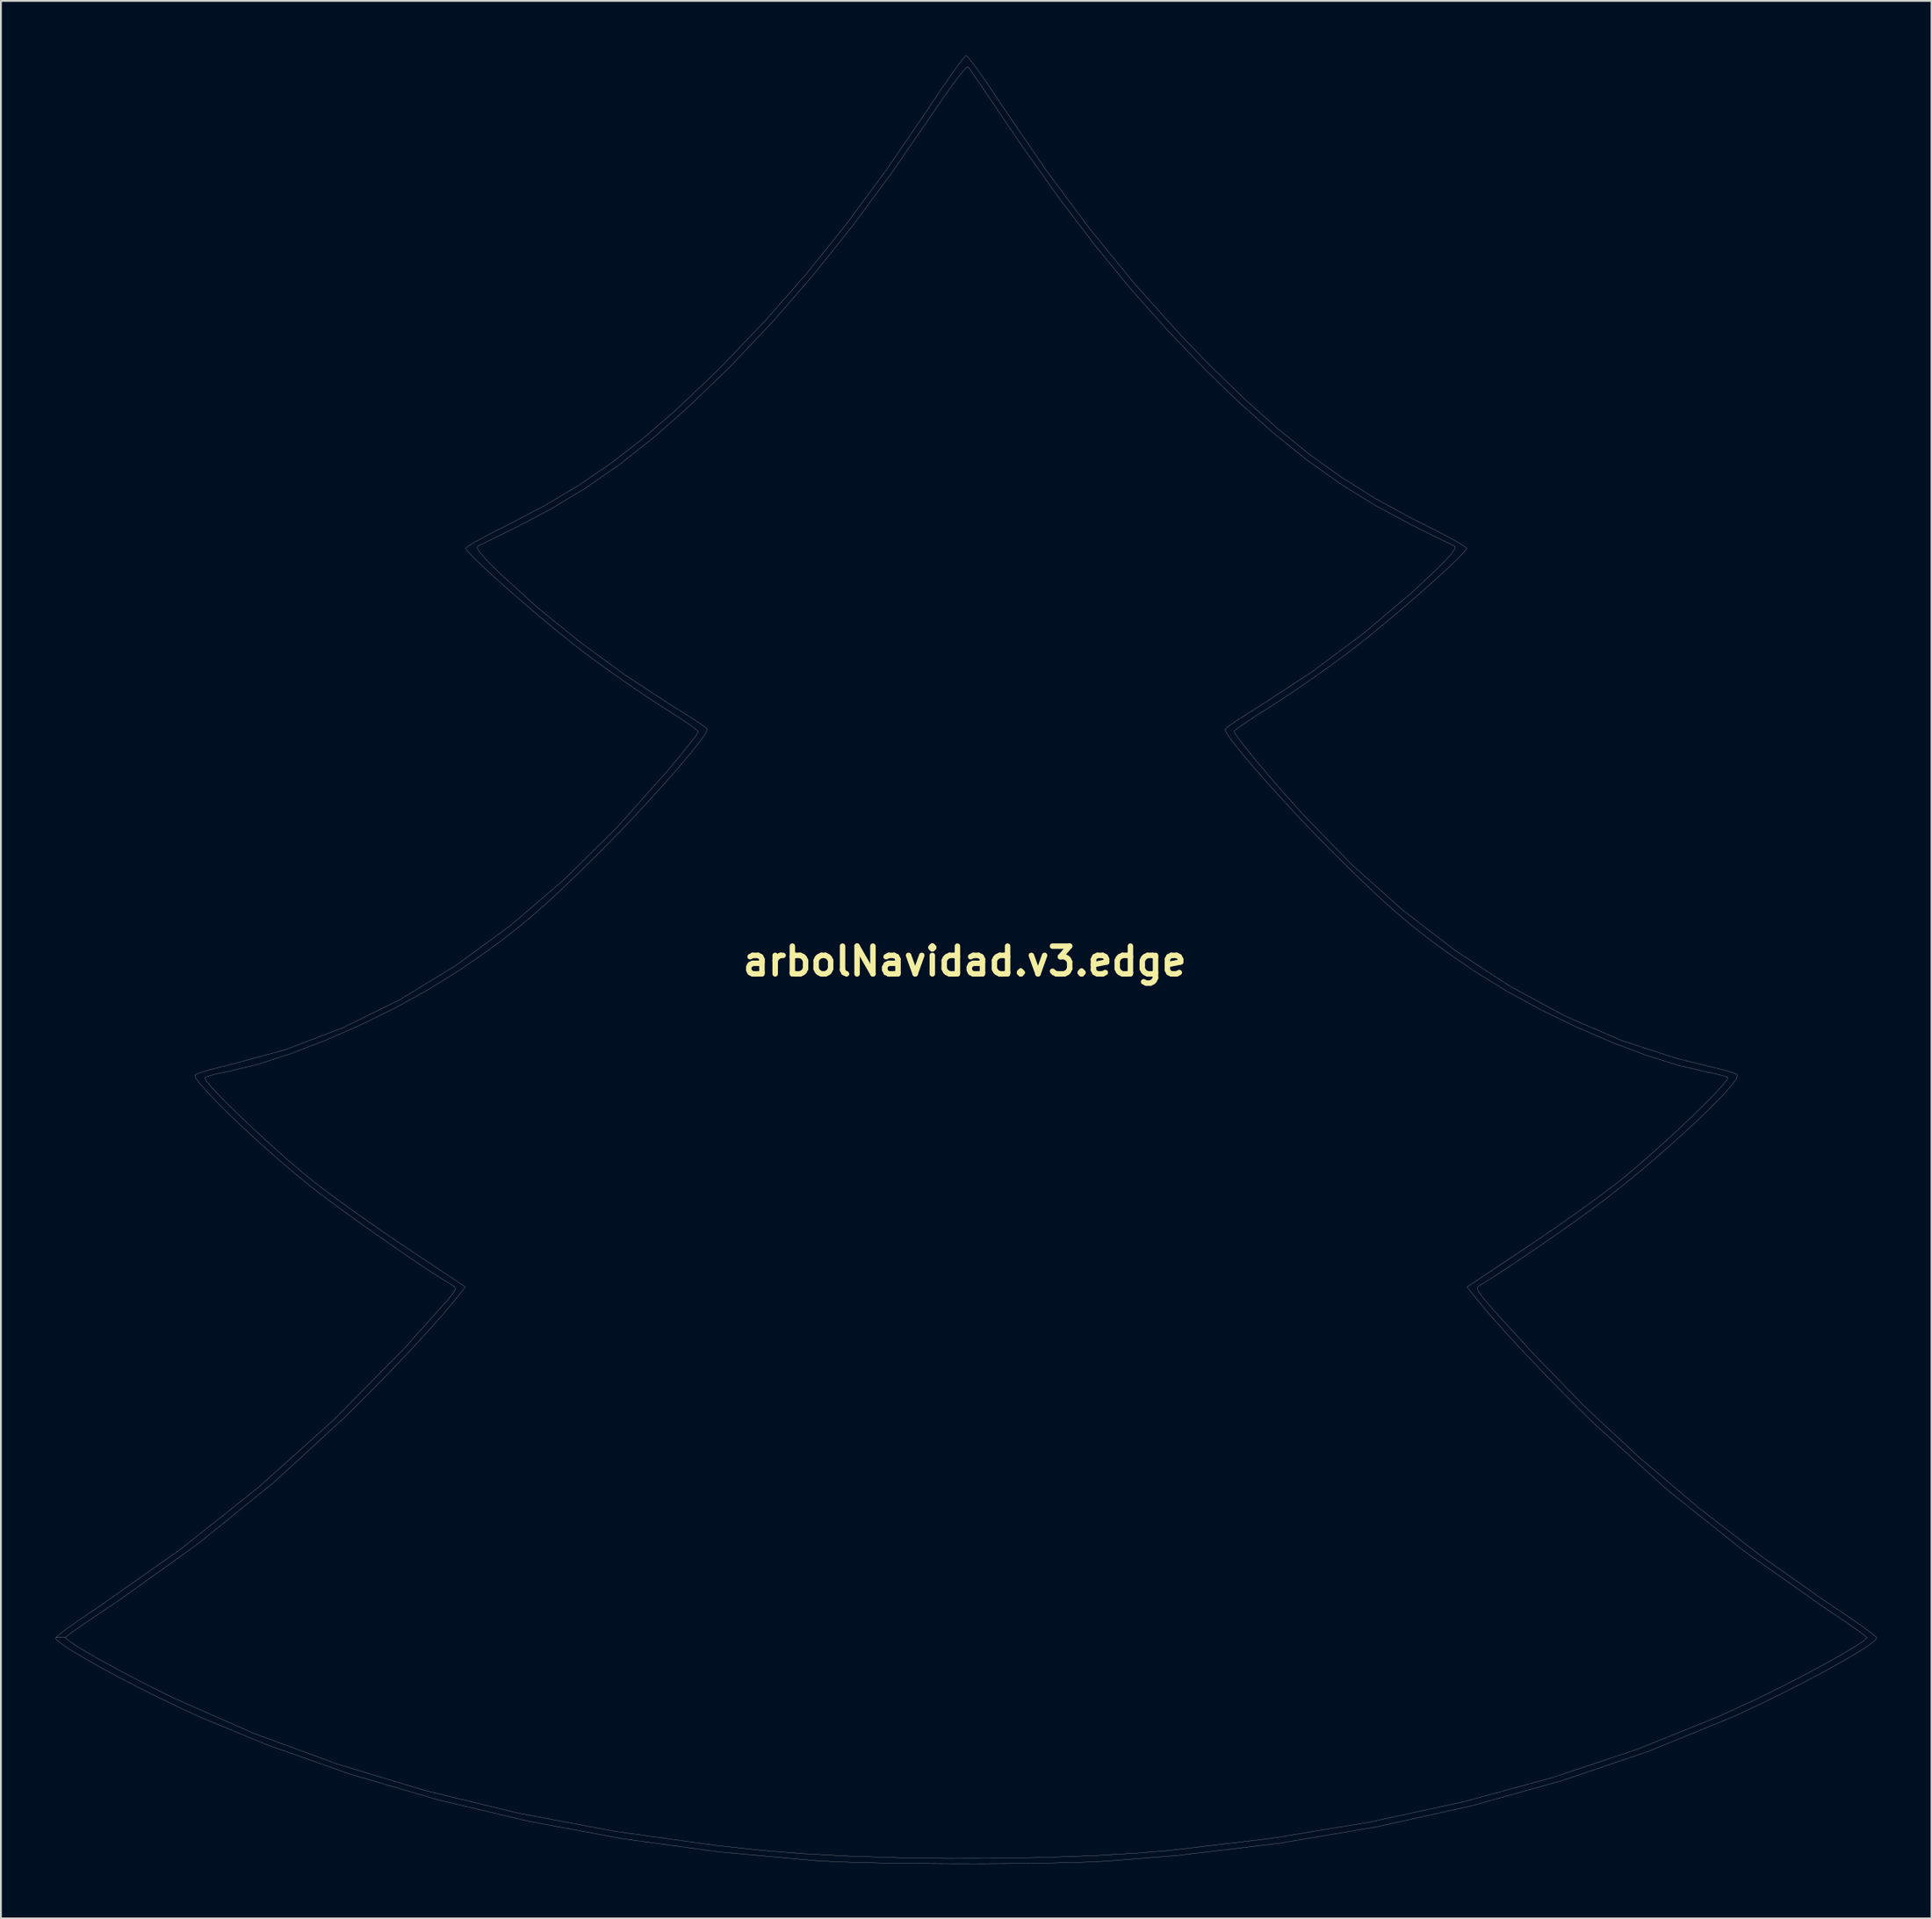
<source format=kicad_pcb>
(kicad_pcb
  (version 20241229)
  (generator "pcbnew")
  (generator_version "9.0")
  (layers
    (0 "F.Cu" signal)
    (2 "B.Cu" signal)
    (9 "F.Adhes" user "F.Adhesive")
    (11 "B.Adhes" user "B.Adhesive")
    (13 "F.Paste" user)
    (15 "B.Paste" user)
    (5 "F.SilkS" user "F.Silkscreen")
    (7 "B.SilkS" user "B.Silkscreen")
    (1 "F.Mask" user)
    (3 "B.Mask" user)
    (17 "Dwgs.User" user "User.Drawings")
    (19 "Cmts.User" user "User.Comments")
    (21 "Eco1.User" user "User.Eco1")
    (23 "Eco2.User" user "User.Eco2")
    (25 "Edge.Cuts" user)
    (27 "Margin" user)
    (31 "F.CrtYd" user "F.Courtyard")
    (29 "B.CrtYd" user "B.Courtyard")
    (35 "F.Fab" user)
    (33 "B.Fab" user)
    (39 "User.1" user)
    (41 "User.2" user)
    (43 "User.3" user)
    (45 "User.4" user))
  (footprint "arbolNavidad.v3.edge"
    (layer "F.Cu")
    (at 49.964 49.782)
    (property "Reference" "arbolNavidad.v3.edge" (at 0 0 0) (layer "F.SilkS") (effects (font (size 1.524 1.524) (thickness 0.3))))
    (attr through_hole)
    (fp_poly (pts (xy 0.224 -49.643) (xy 0.515 -49.269) (xy 0.926 -48.697) (xy 1.426 -47.972) (xy 1.984 -47.137) (xy 2.046 -47.041) (xy 4.464 -43.498) (xy 6.888 -40.238) (xy 9.358 -37.21) (xy 11.915 -34.365) (xy 13.449 -32.784) (xy 15.382 -30.906) (xy 17.2 -29.276) (xy 18.958 -27.853) (xy 20.712 -26.597) (xy 22.517 -25.464) (xy 24.428 -24.415) (xy 25.19 -24.032) (xy 26.004 -23.622) (xy 26.7 -23.255) (xy 27.226 -22.959) (xy 27.531 -22.762) (xy 27.587 -22.702) (xy 27.463 -22.514) (xy 27.116 -22.148) (xy 26.585 -21.637) (xy 25.909 -21.017) (xy 25.125 -20.32) (xy 24.274 -19.581) (xy 23.393 -18.834) (xy 22.521 -18.112) (xy 21.697 -17.449) (xy 20.981 -16.897) (xy 20.027 -16.197) (xy 18.98 -15.455) (xy 17.946 -14.745) (xy 17.03 -14.14) (xy 16.734 -13.952) (xy 16.027 -13.504) (xy 15.436 -13.114) (xy 15.014 -12.82) (xy 14.813 -12.656) (xy 14.804 -12.639) (xy 14.912 -12.436) (xy 15.216 -12.021) (xy 15.683 -11.433) (xy 16.283 -10.71) (xy 16.983 -9.889) (xy 17.753 -9.009) (xy 18.561 -8.107) (xy 18.591 -8.074) (xy 21.283 -5.306) (xy 24.085 -2.804) (xy 26.98 -0.578) (xy 29.951 1.361) (xy 32.981 3.001) (xy 36.052 4.332) (xy 39.146 5.343) (xy 40.746 5.736) (xy 41.441 5.9) (xy 42.014 6.058) (xy 42.382 6.187) (xy 42.466 6.235) (xy 42.43 6.425) (xy 42.164 6.797) (xy 41.698 7.324) (xy 41.063 7.976) (xy 40.291 8.724) (xy 39.412 9.54) (xy 38.457 10.393) (xy 37.457 11.255) (xy 36.442 12.097) (xy 35.444 12.89) (xy 35.156 13.112) (xy 34.48 13.614) (xy 33.643 14.216) (xy 32.704 14.878) (xy 31.72 15.561) (xy 30.749 16.223) (xy 29.85 16.826) (xy 29.081 17.33) (xy 28.499 17.695) (xy 28.31 17.805) (xy 28.218 17.863) (xy 28.17 17.935) (xy 28.187 18.048) (xy 28.292 18.232) (xy 28.507 18.514) (xy 28.854 18.923) (xy 29.354 19.485) (xy 30.03 20.229) (xy 30.903 21.184) (xy 31.265 21.58) (xy 34.026 24.428) (xy 37.065 27.258) (xy 40.324 30.022) (xy 43.747 32.671) (xy 47.277 35.157) (xy 47.898 35.57) (xy 48.656 36.078) (xy 49.304 36.529) (xy 49.793 36.889) (xy 50.076 37.122) (xy 50.127 37.188) (xy 49.981 37.368) (xy 49.571 37.669) (xy 48.934 38.07) (xy 48.112 38.548) (xy 47.143 39.082) (xy 46.068 39.65) (xy 44.925 40.232) (xy 43.755 40.804) (xy 42.597 41.346) (xy 42.13 41.557) (xy 37.591 43.41) (xy 32.818 45.031) (xy 27.827 46.418) (xy 22.631 47.568) (xy 17.245 48.476) (xy 11.683 49.14) (xy 7.825 49.449) (xy 6.811 49.499) (xy 5.523 49.538) (xy 4.023 49.567) (xy 2.373 49.586) (xy 0.635 49.594) (xy -1.129 49.591) (xy -2.858 49.579) (xy -4.49 49.556) (xy -5.963 49.522) (xy -7.215 49.479) (xy -8.074 49.433) (xy -13.487 48.947) (xy -18.787 48.222) (xy -23.947 47.265) (xy -28.94 46.083) (xy -33.74 44.681) (xy -38.321 43.066) (xy -41.962 41.557) (xy -43.103 41.034) (xy -44.273 40.471) (xy -45.432 39.891) (xy -46.54 39.315) (xy -47.558 38.764) (xy -48.445 38.26) (xy -49.164 37.825) (xy -49.673 37.48) (xy -49.933 37.247) (xy -49.959 37.188) (xy -49.933 37.161) (xy -49.416 37.161) (xy -49.297 37.297) (xy -48.919 37.558) (xy -48.325 37.921) (xy -47.557 38.362) (xy -46.657 38.856) (xy -45.668 39.381) (xy -44.633 39.912) (xy -43.594 40.426) (xy -43.399 40.521) (xy -39.066 42.429) (xy -34.484 44.113) (xy -29.655 45.57) (xy -24.581 46.802) (xy -19.264 47.807) (xy -13.704 48.585) (xy -11.018 48.871) (xy -8.83 49.045) (xy -6.384 49.174) (xy -3.756 49.258) (xy -1.022 49.298) (xy 1.743 49.293) (xy 4.464 49.244) (xy 7.064 49.15) (xy 9.469 49.012) (xy 11.186 48.87) (xy 16.815 48.205) (xy 22.214 47.314) (xy 27.378 46.198) (xy 32.302 44.858) (xy 36.983 43.294) (xy 41.417 41.509) (xy 43.567 40.521) (xy 44.602 40.013) (xy 45.641 39.483) (xy 46.641 38.955) (xy 47.561 38.453) (xy 48.358 38) (xy 48.989 37.621) (xy 49.412 37.338) (xy 49.584 37.176) (xy 49.584 37.161) (xy 49.435 37.032) (xy 49.053 36.753) (xy 48.485 36.357) (xy 47.78 35.879) (xy 47.268 35.537) (xy 42.817 32.401) (xy 38.633 29.062) (xy 34.71 25.517) (xy 34.25 25.071) (xy 33.045 23.876) (xy 31.857 22.665) (xy 30.731 21.484) (xy 29.713 20.383) (xy 28.847 19.41) (xy 28.179 18.613) (xy 28.137 18.561) (xy 27.609 17.895) (xy 30.92 15.688) (xy 31.998 14.958) (xy 33.108 14.186) (xy 34.177 13.424) (xy 35.131 12.726) (xy 35.896 12.143) (xy 36.06 12.012) (xy 36.784 11.414) (xy 37.574 10.73) (xy 38.395 9.996) (xy 39.209 9.246) (xy 39.98 8.516) (xy 40.671 7.84) (xy 41.247 7.254) (xy 41.67 6.793) (xy 41.905 6.49) (xy 41.934 6.388) (xy 41.71 6.298) (xy 41.256 6.18) (xy 40.707 6.067) (xy 39.135 5.694) (xy 37.374 5.136) (xy 35.491 4.422) (xy 33.555 3.583) (xy 31.634 2.647) (xy 29.798 1.644) (xy 28.114 0.606) (xy 28.007 0.535) (xy 26.778 -0.304) (xy 25.677 -1.101) (xy 24.644 -1.905) (xy 23.622 -2.767) (xy 22.552 -3.736) (xy 21.374 -4.861) (xy 20.094 -6.128) (xy 19.196 -7.043) (xy 18.291 -7.994) (xy 17.41 -8.946) (xy 16.582 -9.865) (xy 15.838 -10.715) (xy 15.208 -11.463) (xy 14.723 -12.074) (xy 14.412 -12.514) (xy 14.305 -12.747) (xy 14.305 -12.748) (xy 14.443 -12.876) (xy 14.815 -13.139) (xy 15.367 -13.5) (xy 16.041 -13.92) (xy 16.109 -13.962) (xy 19.034 -15.875) (xy 21.881 -17.995) (xy 24.544 -20.242) (xy 25.736 -21.351) (xy 26.373 -21.981) (xy 26.771 -22.421) (xy 26.949 -22.693) (xy 26.927 -22.823) (xy 26.914 -22.829) (xy 26.677 -22.939) (xy 26.202 -23.169) (xy 25.552 -23.489) (xy 24.79 -23.868) (xy 24.559 -23.984) (xy 22.554 -25.06) (xy 20.643 -26.245) (xy 18.774 -27.576) (xy 16.895 -29.094) (xy 14.954 -30.837) (xy 13.282 -32.46) (xy 11.191 -34.629) (xy 9.183 -36.885) (xy 7.216 -39.278) (xy 5.248 -41.86) (xy 3.239 -44.681) (xy 2.109 -46.342) (xy 1.541 -47.187) (xy 1.033 -47.937) (xy 0.616 -48.548) (xy 0.321 -48.972) (xy 0.179 -49.166) (xy 0.176 -49.17) (xy 0.048 -49.079) (xy -0.233 -48.746) (xy -0.637 -48.212) (xy -1.135 -47.515) (xy -1.696 -46.696) (xy -1.785 -46.563) (xy -4.002 -43.345) (xy -6.174 -40.405) (xy -8.338 -37.697) (xy -10.532 -35.172) (xy -12.794 -32.783) (xy -13.116 -32.46) (xy -15.149 -30.5) (xy -17.078 -28.797) (xy -18.954 -27.314) (xy -20.832 -26.01) (xy -22.762 -24.846) (xy -24.391 -23.984) (xy -25.174 -23.594) (xy -25.862 -23.254) (xy -26.394 -22.995) (xy -26.706 -22.848) (xy -26.746 -22.831) (xy -26.789 -22.714) (xy -26.634 -22.457) (xy -26.26 -22.034) (xy -25.649 -21.421) (xy -25.61 -21.383) (xy -23.5 -19.463) (xy -21.156 -17.558) (xy -18.675 -15.743) (xy -16.154 -14.092) (xy -15.94 -13.962) (xy -15.257 -13.537) (xy -14.692 -13.169) (xy -14.301 -12.895) (xy -14.138 -12.753) (xy -14.137 -12.748) (xy -14.242 -12.515) (xy -14.553 -12.077) (xy -15.038 -11.466) (xy -15.667 -10.719) (xy -16.41 -9.868) (xy -17.238 -8.95) (xy -18.119 -7.998) (xy -19.024 -7.047) (xy -19.922 -6.132) (xy -19.926 -6.128) (xy -21.261 -4.808) (xy -22.432 -3.691) (xy -23.499 -2.728) (xy -24.521 -1.869) (xy -25.555 -1.066) (xy -26.661 -0.268) (xy -27.839 0.535) (xy -29.51 1.575) (xy -31.338 2.58) (xy -33.255 3.522) (xy -35.192 4.369) (xy -37.081 5.092) (xy -38.853 5.662) (xy -40.44 6.048) (xy -40.539 6.067) (xy -41.118 6.187) (xy -41.562 6.305) (xy -41.765 6.388) (xy -41.702 6.543) (xy -41.421 6.885) (xy -40.959 7.378) (xy -40.354 7.988) (xy -39.641 8.679) (xy -38.857 9.416) (xy -38.039 10.166) (xy -37.222 10.891) (xy -36.444 11.559) (xy -35.892 12.012) (xy -35.191 12.555) (xy -34.28 13.227) (xy -33.235 13.977) (xy -32.129 14.752) (xy -31.035 15.498) (xy -30.752 15.688) (xy -27.441 17.895) (xy -27.969 18.561) (xy -28.619 19.342) (xy -29.471 20.303) (xy -30.48 21.396) (xy -31.599 22.572) (xy -32.784 23.783) (xy -33.989 24.98) (xy -34.082 25.071) (xy -37.974 28.642) (xy -42.126 32.005) (xy -46.543 35.166) (xy -47.099 35.537) (xy -47.868 36.051) (xy -48.53 36.504) (xy -49.04 36.864) (xy -49.347 37.095) (xy -49.416 37.161) (xy -49.933 37.161) (xy -49.825 37.049) (xy -49.457 36.763) (xy -48.901 36.363) (xy -48.205 35.886) (xy -47.73 35.57) (xy -43.152 32.357) (xy -38.794 28.894) (xy -34.665 25.19) (xy -30.777 21.254) (xy -28.415 18.612) (xy -28.096 18.226) (xy -27.979 18.008) (xy -28.041 17.874) (xy -28.185 17.782) (xy -28.731 17.452) (xy -29.49 16.961) (xy -30.406 16.347) (xy -31.423 15.649) (xy -32.485 14.907) (xy -33.536 14.16) (xy -34.518 13.447) (xy -35.377 12.807) (xy -36.016 12.312) (xy -36.894 11.592) (xy -37.805 10.811) (xy -38.715 10.002) (xy -39.591 9.196) (xy -40.4 8.426) (xy -41.108 7.724) (xy -41.682 7.122) (xy -42.089 6.652) (xy -42.296 6.346) (xy -42.305 6.249) (xy -42.075 6.139) (xy -41.598 5.989) (xy -40.956 5.822) (xy -40.578 5.736) (xy -37.354 4.862) (xy -34.182 3.656) (xy -31.063 2.118) (xy -27.996 0.248) (xy -24.982 -1.953) (xy -22.022 -4.486) (xy -19.116 -7.35) (xy -16.263 -10.545) (xy -16.094 -10.747) (xy -15.559 -11.397) (xy -15.112 -11.956) (xy -14.793 -12.375) (xy -14.641 -12.6) (xy -14.634 -12.621) (xy -14.769 -12.751) (xy -15.139 -13.021) (xy -15.691 -13.393) (xy -16.373 -13.832) (xy -16.566 -13.952) (xy -17.408 -14.498) (xy -18.409 -15.176) (xy -19.464 -15.914) (xy -20.466 -16.639) (xy -20.813 -16.897) (xy -21.555 -17.47) (xy -22.381 -18.135) (xy -23.254 -18.858) (xy -24.135 -19.606) (xy -24.985 -20.344) (xy -25.765 -21.039) (xy -26.437 -21.657) (xy -26.962 -22.163) (xy -27.302 -22.523) (xy -27.419 -22.702) (xy -27.275 -22.823) (xy -26.88 -23.061) (xy -26.283 -23.388) (xy -25.536 -23.775) (xy -25.022 -24.032) (xy -23.056 -25.06) (xy -21.217 -26.156) (xy -19.45 -27.361) (xy -17.7 -28.716) (xy -15.911 -30.263) (xy -14.028 -32.042) (xy -13.28 -32.784) (xy -10.918 -35.255) (xy -8.664 -37.827) (xy -6.474 -40.555) (xy -4.303 -43.495) (xy -2.108 -46.703) (xy -1.932 -46.97) (xy -1.36 -47.826) (xy -0.844 -48.577) (xy -0.412 -49.18) (xy -0.097 -49.592) (xy 0.072 -49.773) (xy 0.084 -49.777) (xy 0.224 -49.643)) (stroke (width 0.01) (type solid)) (fill no) (layer "Edge.Cuts")))
  (gr_rect
    (start -3 -3)
    (end 103.096 102.381)
    (stroke (width 0.1) (type default))
    (fill no)
    (layer "Edge.Cuts")))
</source>
